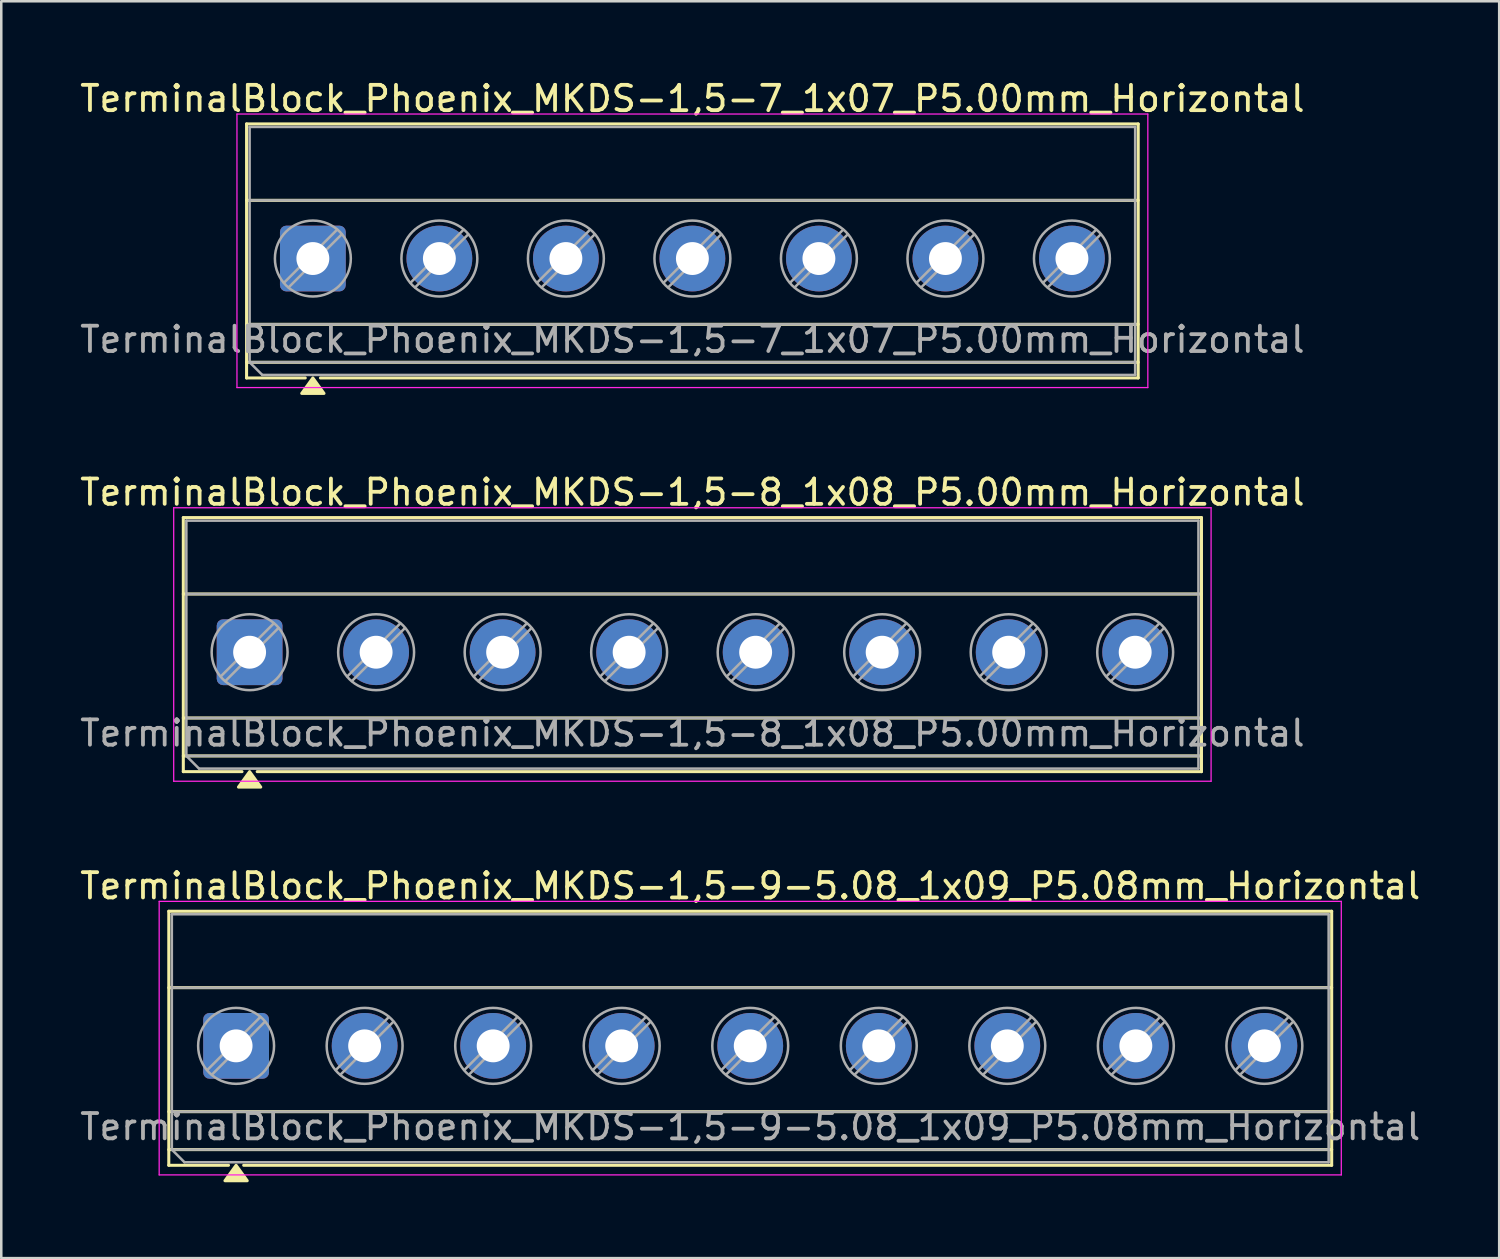
<source format=kicad_pcb>
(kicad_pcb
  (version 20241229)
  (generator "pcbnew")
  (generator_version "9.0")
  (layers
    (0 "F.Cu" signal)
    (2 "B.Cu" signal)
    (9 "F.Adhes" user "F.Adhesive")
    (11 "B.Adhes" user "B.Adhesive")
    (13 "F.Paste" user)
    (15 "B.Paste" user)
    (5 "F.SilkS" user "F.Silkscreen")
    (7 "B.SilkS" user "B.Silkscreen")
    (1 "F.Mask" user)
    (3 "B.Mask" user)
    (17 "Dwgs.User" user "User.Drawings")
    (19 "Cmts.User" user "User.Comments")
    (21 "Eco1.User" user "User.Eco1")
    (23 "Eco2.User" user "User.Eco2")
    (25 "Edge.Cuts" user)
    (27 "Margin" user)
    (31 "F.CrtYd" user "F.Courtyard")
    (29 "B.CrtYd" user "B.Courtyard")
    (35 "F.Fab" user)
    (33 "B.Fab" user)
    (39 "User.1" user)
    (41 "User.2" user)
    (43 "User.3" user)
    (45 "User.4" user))
  (footprint "TerminalBlock_Phoenix_MKDS-1,5-7_1x07_P5.00mm_Horizontal"
    (layer "F.Cu")
    (at 9.315 7.168)
    (property "Reference" "TerminalBlock_Phoenix_MKDS-1,5-7_1x07_P5.00mm_Horizontal" (at 15 -6.32 0) (layer "F.SilkS") (effects (font (size 1 1) (thickness 0.15))))
    (attr through_hole)
    (fp_line (start -2.62 -5.32) (end -2.62 4.72) (stroke (width 0.12) (type solid)) (layer "F.SilkS"))
    (fp_line (start -2.62 -5.32) (end 32.62 -5.32) (stroke (width 0.12) (type solid)) (layer "F.SilkS"))
    (fp_line (start -2.62 -2.3) (end 32.62 -2.3) (stroke (width 0.12) (type solid)) (layer "F.SilkS"))
    (fp_line (start -2.62 2.6) (end 32.62 2.6) (stroke (width 0.12) (type solid)) (layer "F.SilkS"))
    (fp_line (start -2.62 4.1) (end 32.62 4.1) (stroke (width 0.12) (type solid)) (layer "F.SilkS"))
    (fp_line (start -2.62 4.72) (end -0.3 4.72) (stroke (width 0.12) (type solid)) (layer "F.SilkS"))
    (fp_line (start 0.3 4.72) (end 32.62 4.72) (stroke (width 0.12) (type solid)) (layer "F.SilkS"))
    (fp_line (start 32.62 -5.32) (end 32.62 4.72) (stroke (width 0.12) (type solid)) (layer "F.SilkS"))
    (fp_poly (pts (xy 0 4.72) (xy 0.44 5.33) (xy -0.44 5.33)) (stroke (width 0.12) (type solid)) (fill yes) (layer "F.SilkS"))
    (fp_line (start -3 -5.71) (end -3 5.1) (stroke (width 0.05) (type solid)) (layer "F.CrtYd"))
    (fp_line (start -3 5.1) (end 33 5.1) (stroke (width 0.05) (type solid)) (layer "F.CrtYd"))
    (fp_line (start 33 -5.71) (end -3 -5.71) (stroke (width 0.05) (type solid)) (layer "F.CrtYd"))
    (fp_line (start 33 5.1) (end 33 -5.71) (stroke (width 0.05) (type solid)) (layer "F.CrtYd"))
    (fp_line (start -2.5 -5.2) (end 32.5 -5.2) (stroke (width 0.1) (type solid)) (layer "F.Fab"))
    (fp_line (start -2.5 -2.3) (end 32.5 -2.3) (stroke (width 0.1) (type solid)) (layer "F.Fab"))
    (fp_line (start -2.5 2.6) (end 32.5 2.6) (stroke (width 0.1) (type solid)) (layer "F.Fab"))
    (fp_line (start -2.5 4.1) (end -2.5 -5.2) (stroke (width 0.1) (type solid)) (layer "F.Fab"))
    (fp_line (start -2.5 4.1) (end 32.5 4.1) (stroke (width 0.1) (type solid)) (layer "F.Fab"))
    (fp_line (start -2 4.6) (end -2.5 4.1) (stroke (width 0.1) (type solid)) (layer "F.Fab"))
    (fp_line (start 0.955 -1.138) (end -1.138 0.954) (stroke (width 0.1) (type solid)) (layer "F.Fab"))
    (fp_line (start 1.138 -0.954) (end -0.955 1.137) (stroke (width 0.1) (type solid)) (layer "F.Fab"))
    (fp_line (start 5.955 -1.138) (end 3.862 0.954) (stroke (width 0.1) (type solid)) (layer "F.Fab"))
    (fp_line (start 6.138 -0.954) (end 4.045 1.137) (stroke (width 0.1) (type solid)) (layer "F.Fab"))
    (fp_line (start 10.955 -1.138) (end 8.862 0.954) (stroke (width 0.1) (type solid)) (layer "F.Fab"))
    (fp_line (start 11.138 -0.954) (end 9.045 1.137) (stroke (width 0.1) (type solid)) (layer "F.Fab"))
    (fp_line (start 15.955 -1.138) (end 13.862 0.954) (stroke (width 0.1) (type solid)) (layer "F.Fab"))
    (fp_line (start 16.138 -0.954) (end 14.045 1.137) (stroke (width 0.1) (type solid)) (layer "F.Fab"))
    (fp_line (start 20.955 -1.138) (end 18.862 0.954) (stroke (width 0.1) (type solid)) (layer "F.Fab"))
    (fp_line (start 21.138 -0.954) (end 19.045 1.137) (stroke (width 0.1) (type solid)) (layer "F.Fab"))
    (fp_line (start 25.955 -1.138) (end 23.862 0.954) (stroke (width 0.1) (type solid)) (layer "F.Fab"))
    (fp_line (start 26.138 -0.954) (end 24.045 1.137) (stroke (width 0.1) (type solid)) (layer "F.Fab"))
    (fp_line (start 30.955 -1.138) (end 28.862 0.954) (stroke (width 0.1) (type solid)) (layer "F.Fab"))
    (fp_line (start 31.138 -0.954) (end 29.045 1.137) (stroke (width 0.1) (type solid)) (layer "F.Fab"))
    (fp_line (start 32.5 -5.2) (end 32.5 4.6) (stroke (width 0.1) (type solid)) (layer "F.Fab"))
    (fp_line (start 32.5 4.6) (end -2 4.6) (stroke (width 0.1) (type solid)) (layer "F.Fab"))
    (fp_circle (center 0 0) (end 1.5 0) (stroke (width 0.1) (type solid)) (fill no) (layer "F.Fab"))
    (fp_circle (center 5 0) (end 6.5 0) (stroke (width 0.1) (type solid)) (fill no) (layer "F.Fab"))
    (fp_circle (center 10 0) (end 11.5 0) (stroke (width 0.1) (type solid)) (fill no) (layer "F.Fab"))
    (fp_circle (center 15 0) (end 16.5 0) (stroke (width 0.1) (type solid)) (fill no) (layer "F.Fab"))
    (fp_circle (center 20 0) (end 21.5 0) (stroke (width 0.1) (type solid)) (fill no) (layer "F.Fab"))
    (fp_circle (center 25 0) (end 26.5 0) (stroke (width 0.1) (type solid)) (fill no) (layer "F.Fab"))
    (fp_circle (center 30 0) (end 31.5 0) (stroke (width 0.1) (type solid)) (fill no) (layer "F.Fab"))
    (fp_text user "${REFERENCE}" (at 15 3.2 0) (layer "F.Fab") (effects (font (size 1 1) (thickness 0.15))))
    (pad "1" thru_hole roundrect (at 0 0) (size 2.6 2.6) (drill 1.3) (layers "*.Cu" "*.Mask") (roundrect_rratio 0.096))
    (pad "2" thru_hole circle (at 5 0) (size 2.6 2.6) (drill 1.3) (layers "*.Cu" "*.Mask"))
    (pad "3" thru_hole circle (at 10 0) (size 2.6 2.6) (drill 1.3) (layers "*.Cu" "*.Mask"))
    (pad "4" thru_hole circle (at 15 0) (size 2.6 2.6) (drill 1.3) (layers "*.Cu" "*.Mask"))
    (pad "5" thru_hole circle (at 20 0) (size 2.6 2.6) (drill 1.3) (layers "*.Cu" "*.Mask"))
    (pad "6" thru_hole circle (at 25 0) (size 2.6 2.6) (drill 1.3) (layers "*.Cu" "*.Mask"))
    (pad "7" thru_hole circle (at 30 0) (size 2.6 2.6) (drill 1.3) (layers "*.Cu" "*.Mask")))
  (footprint "TerminalBlock_Phoenix_MKDS-1,5-9-5.08_1x09_P5.08mm_Horizontal"
    (layer "F.Cu")
    (at 6.281 38.285)
    (property "Reference" "TerminalBlock_Phoenix_MKDS-1,5-9-5.08_1x09_P5.08mm_Horizontal" (at 20.32 -6.32 0) (layer "F.SilkS") (effects (font (size 1 1) (thickness 0.15))))
    (attr through_hole)
    (fp_line (start -2.66 -5.32) (end -2.66 4.72) (stroke (width 0.12) (type solid)) (layer "F.SilkS"))
    (fp_line (start -2.66 -5.32) (end 43.3 -5.32) (stroke (width 0.12) (type solid)) (layer "F.SilkS"))
    (fp_line (start -2.66 -2.3) (end 43.3 -2.3) (stroke (width 0.12) (type solid)) (layer "F.SilkS"))
    (fp_line (start -2.66 2.6) (end 43.3 2.6) (stroke (width 0.12) (type solid)) (layer "F.SilkS"))
    (fp_line (start -2.66 4.1) (end 43.3 4.1) (stroke (width 0.12) (type solid)) (layer "F.SilkS"))
    (fp_line (start -2.66 4.72) (end -0.3 4.72) (stroke (width 0.12) (type solid)) (layer "F.SilkS"))
    (fp_line (start 0.3 4.72) (end 43.3 4.72) (stroke (width 0.12) (type solid)) (layer "F.SilkS"))
    (fp_line (start 43.3 -5.32) (end 43.3 4.72) (stroke (width 0.12) (type solid)) (layer "F.SilkS"))
    (fp_poly (pts (xy 0 4.72) (xy 0.44 5.33) (xy -0.44 5.33)) (stroke (width 0.12) (type solid)) (fill yes) (layer "F.SilkS"))
    (fp_line (start -3.04 -5.71) (end -3.04 5.1) (stroke (width 0.05) (type solid)) (layer "F.CrtYd"))
    (fp_line (start -3.04 5.1) (end 43.68 5.1) (stroke (width 0.05) (type solid)) (layer "F.CrtYd"))
    (fp_line (start 43.68 -5.71) (end -3.04 -5.71) (stroke (width 0.05) (type solid)) (layer "F.CrtYd"))
    (fp_line (start 43.68 5.1) (end 43.68 -5.71) (stroke (width 0.05) (type solid)) (layer "F.CrtYd"))
    (fp_line (start -2.54 -5.2) (end 43.18 -5.2) (stroke (width 0.1) (type solid)) (layer "F.Fab"))
    (fp_line (start -2.54 -2.3) (end 43.18 -2.3) (stroke (width 0.1) (type solid)) (layer "F.Fab"))
    (fp_line (start -2.54 2.6) (end 43.18 2.6) (stroke (width 0.1) (type solid)) (layer "F.Fab"))
    (fp_line (start -2.54 4.1) (end -2.54 -5.2) (stroke (width 0.1) (type solid)) (layer "F.Fab"))
    (fp_line (start -2.54 4.1) (end 43.18 4.1) (stroke (width 0.1) (type solid)) (layer "F.Fab"))
    (fp_line (start -2.04 4.6) (end -2.54 4.1) (stroke (width 0.1) (type solid)) (layer "F.Fab"))
    (fp_line (start 0.955 -1.138) (end -1.138 0.954) (stroke (width 0.1) (type solid)) (layer "F.Fab"))
    (fp_line (start 1.138 -0.954) (end -0.955 1.137) (stroke (width 0.1) (type solid)) (layer "F.Fab"))
    (fp_line (start 6.035 -1.138) (end 3.942 0.954) (stroke (width 0.1) (type solid)) (layer "F.Fab"))
    (fp_line (start 6.218 -0.954) (end 4.125 1.137) (stroke (width 0.1) (type solid)) (layer "F.Fab"))
    (fp_line (start 11.115 -1.138) (end 9.022 0.954) (stroke (width 0.1) (type solid)) (layer "F.Fab"))
    (fp_line (start 11.298 -0.954) (end 9.205 1.137) (stroke (width 0.1) (type solid)) (layer "F.Fab"))
    (fp_line (start 16.195 -1.138) (end 14.102 0.954) (stroke (width 0.1) (type solid)) (layer "F.Fab"))
    (fp_line (start 16.378 -0.954) (end 14.285 1.137) (stroke (width 0.1) (type solid)) (layer "F.Fab"))
    (fp_line (start 21.275 -1.138) (end 19.182 0.954) (stroke (width 0.1) (type solid)) (layer "F.Fab"))
    (fp_line (start 21.458 -0.954) (end 19.365 1.137) (stroke (width 0.1) (type solid)) (layer "F.Fab"))
    (fp_line (start 26.355 -1.138) (end 24.262 0.954) (stroke (width 0.1) (type solid)) (layer "F.Fab"))
    (fp_line (start 26.538 -0.954) (end 24.445 1.137) (stroke (width 0.1) (type solid)) (layer "F.Fab"))
    (fp_line (start 31.435 -1.138) (end 29.342 0.954) (stroke (width 0.1) (type solid)) (layer "F.Fab"))
    (fp_line (start 31.618 -0.954) (end 29.525 1.137) (stroke (width 0.1) (type solid)) (layer "F.Fab"))
    (fp_line (start 36.515 -1.138) (end 34.422 0.954) (stroke (width 0.1) (type solid)) (layer "F.Fab"))
    (fp_line (start 36.698 -0.954) (end 34.605 1.137) (stroke (width 0.1) (type solid)) (layer "F.Fab"))
    (fp_line (start 41.595 -1.138) (end 39.502 0.954) (stroke (width 0.1) (type solid)) (layer "F.Fab"))
    (fp_line (start 41.778 -0.954) (end 39.685 1.137) (stroke (width 0.1) (type solid)) (layer "F.Fab"))
    (fp_line (start 43.18 -5.2) (end 43.18 4.6) (stroke (width 0.1) (type solid)) (layer "F.Fab"))
    (fp_line (start 43.18 4.6) (end -2.04 4.6) (stroke (width 0.1) (type solid)) (layer "F.Fab"))
    (fp_circle (center 0 0) (end 1.5 0) (stroke (width 0.1) (type solid)) (fill no) (layer "F.Fab"))
    (fp_circle (center 5.08 0) (end 6.58 0) (stroke (width 0.1) (type solid)) (fill no) (layer "F.Fab"))
    (fp_circle (center 10.16 0) (end 11.66 0) (stroke (width 0.1) (type solid)) (fill no) (layer "F.Fab"))
    (fp_circle (center 15.24 0) (end 16.74 0) (stroke (width 0.1) (type solid)) (fill no) (layer "F.Fab"))
    (fp_circle (center 20.32 0) (end 21.82 0) (stroke (width 0.1) (type solid)) (fill no) (layer "F.Fab"))
    (fp_circle (center 25.4 0) (end 26.9 0) (stroke (width 0.1) (type solid)) (fill no) (layer "F.Fab"))
    (fp_circle (center 30.48 0) (end 31.98 0) (stroke (width 0.1) (type solid)) (fill no) (layer "F.Fab"))
    (fp_circle (center 35.56 0) (end 37.06 0) (stroke (width 0.1) (type solid)) (fill no) (layer "F.Fab"))
    (fp_circle (center 40.64 0) (end 42.14 0) (stroke (width 0.1) (type solid)) (fill no) (layer "F.Fab"))
    (fp_text user "${REFERENCE}" (at 20.32 3.2 0) (layer "F.Fab") (effects (font (size 1 1) (thickness 0.15))))
    (pad "1" thru_hole roundrect (at 0 0) (size 2.6 2.6) (drill 1.3) (layers "*.Cu" "*.Mask") (roundrect_rratio 0.096))
    (pad "2" thru_hole circle (at 5.08 0) (size 2.6 2.6) (drill 1.3) (layers "*.Cu" "*.Mask"))
    (pad "3" thru_hole circle (at 10.16 0) (size 2.6 2.6) (drill 1.3) (layers "*.Cu" "*.Mask"))
    (pad "4" thru_hole circle (at 15.24 0) (size 2.6 2.6) (drill 1.3) (layers "*.Cu" "*.Mask"))
    (pad "5" thru_hole circle (at 20.32 0) (size 2.6 2.6) (drill 1.3) (layers "*.Cu" "*.Mask"))
    (pad "6" thru_hole circle (at 25.4 0) (size 2.6 2.6) (drill 1.3) (layers "*.Cu" "*.Mask"))
    (pad "7" thru_hole circle (at 30.48 0) (size 2.6 2.6) (drill 1.3) (layers "*.Cu" "*.Mask"))
    (pad "8" thru_hole circle (at 35.56 0) (size 2.6 2.6) (drill 1.3) (layers "*.Cu" "*.Mask"))
    (pad "9" thru_hole circle (at 40.64 0) (size 2.6 2.6) (drill 1.3) (layers "*.Cu" "*.Mask")))
  (footprint "TerminalBlock_Phoenix_MKDS-1,5-8_1x08_P5.00mm_Horizontal"
    (layer "F.Cu")
    (at 6.815 22.727)
    (property "Reference" "TerminalBlock_Phoenix_MKDS-1,5-8_1x08_P5.00mm_Horizontal" (at 17.5 -6.32 0) (layer "F.SilkS") (effects (font (size 1 1) (thickness 0.15))))
    (attr through_hole)
    (fp_line (start -2.62 -5.32) (end -2.62 4.72) (stroke (width 0.12) (type solid)) (layer "F.SilkS"))
    (fp_line (start -2.62 -5.32) (end 37.62 -5.32) (stroke (width 0.12) (type solid)) (layer "F.SilkS"))
    (fp_line (start -2.62 -2.3) (end 37.62 -2.3) (stroke (width 0.12) (type solid)) (layer "F.SilkS"))
    (fp_line (start -2.62 2.6) (end 37.62 2.6) (stroke (width 0.12) (type solid)) (layer "F.SilkS"))
    (fp_line (start -2.62 4.1) (end 37.62 4.1) (stroke (width 0.12) (type solid)) (layer "F.SilkS"))
    (fp_line (start -2.62 4.72) (end -0.3 4.72) (stroke (width 0.12) (type solid)) (layer "F.SilkS"))
    (fp_line (start 0.3 4.72) (end 37.62 4.72) (stroke (width 0.12) (type solid)) (layer "F.SilkS"))
    (fp_line (start 37.62 -5.32) (end 37.62 4.72) (stroke (width 0.12) (type solid)) (layer "F.SilkS"))
    (fp_poly (pts (xy 0 4.72) (xy 0.44 5.33) (xy -0.44 5.33)) (stroke (width 0.12) (type solid)) (fill yes) (layer "F.SilkS"))
    (fp_line (start -3 -5.71) (end -3 5.1) (stroke (width 0.05) (type solid)) (layer "F.CrtYd"))
    (fp_line (start -3 5.1) (end 38 5.1) (stroke (width 0.05) (type solid)) (layer "F.CrtYd"))
    (fp_line (start 38 -5.71) (end -3 -5.71) (stroke (width 0.05) (type solid)) (layer "F.CrtYd"))
    (fp_line (start 38 5.1) (end 38 -5.71) (stroke (width 0.05) (type solid)) (layer "F.CrtYd"))
    (fp_line (start -2.5 -5.2) (end 37.5 -5.2) (stroke (width 0.1) (type solid)) (layer "F.Fab"))
    (fp_line (start -2.5 -2.3) (end 37.5 -2.3) (stroke (width 0.1) (type solid)) (layer "F.Fab"))
    (fp_line (start -2.5 2.6) (end 37.5 2.6) (stroke (width 0.1) (type solid)) (layer "F.Fab"))
    (fp_line (start -2.5 4.1) (end -2.5 -5.2) (stroke (width 0.1) (type solid)) (layer "F.Fab"))
    (fp_line (start -2.5 4.1) (end 37.5 4.1) (stroke (width 0.1) (type solid)) (layer "F.Fab"))
    (fp_line (start -2 4.6) (end -2.5 4.1) (stroke (width 0.1) (type solid)) (layer "F.Fab"))
    (fp_line (start 0.955 -1.138) (end -1.138 0.954) (stroke (width 0.1) (type solid)) (layer "F.Fab"))
    (fp_line (start 1.138 -0.954) (end -0.955 1.137) (stroke (width 0.1) (type solid)) (layer "F.Fab"))
    (fp_line (start 5.955 -1.138) (end 3.862 0.954) (stroke (width 0.1) (type solid)) (layer "F.Fab"))
    (fp_line (start 6.138 -0.954) (end 4.045 1.137) (stroke (width 0.1) (type solid)) (layer "F.Fab"))
    (fp_line (start 10.955 -1.138) (end 8.862 0.954) (stroke (width 0.1) (type solid)) (layer "F.Fab"))
    (fp_line (start 11.138 -0.954) (end 9.045 1.137) (stroke (width 0.1) (type solid)) (layer "F.Fab"))
    (fp_line (start 15.955 -1.138) (end 13.862 0.954) (stroke (width 0.1) (type solid)) (layer "F.Fab"))
    (fp_line (start 16.138 -0.954) (end 14.045 1.137) (stroke (width 0.1) (type solid)) (layer "F.Fab"))
    (fp_line (start 20.955 -1.138) (end 18.862 0.954) (stroke (width 0.1) (type solid)) (layer "F.Fab"))
    (fp_line (start 21.138 -0.954) (end 19.045 1.137) (stroke (width 0.1) (type solid)) (layer "F.Fab"))
    (fp_line (start 25.955 -1.138) (end 23.862 0.954) (stroke (width 0.1) (type solid)) (layer "F.Fab"))
    (fp_line (start 26.138 -0.954) (end 24.045 1.137) (stroke (width 0.1) (type solid)) (layer "F.Fab"))
    (fp_line (start 30.955 -1.138) (end 28.862 0.954) (stroke (width 0.1) (type solid)) (layer "F.Fab"))
    (fp_line (start 31.138 -0.954) (end 29.045 1.137) (stroke (width 0.1) (type solid)) (layer "F.Fab"))
    (fp_line (start 35.955 -1.138) (end 33.862 0.954) (stroke (width 0.1) (type solid)) (layer "F.Fab"))
    (fp_line (start 36.138 -0.954) (end 34.045 1.137) (stroke (width 0.1) (type solid)) (layer "F.Fab"))
    (fp_line (start 37.5 -5.2) (end 37.5 4.6) (stroke (width 0.1) (type solid)) (layer "F.Fab"))
    (fp_line (start 37.5 4.6) (end -2 4.6) (stroke (width 0.1) (type solid)) (layer "F.Fab"))
    (fp_circle (center 0 0) (end 1.5 0) (stroke (width 0.1) (type solid)) (fill no) (layer "F.Fab"))
    (fp_circle (center 5 0) (end 6.5 0) (stroke (width 0.1) (type solid)) (fill no) (layer "F.Fab"))
    (fp_circle (center 10 0) (end 11.5 0) (stroke (width 0.1) (type solid)) (fill no) (layer "F.Fab"))
    (fp_circle (center 15 0) (end 16.5 0) (stroke (width 0.1) (type solid)) (fill no) (layer "F.Fab"))
    (fp_circle (center 20 0) (end 21.5 0) (stroke (width 0.1) (type solid)) (fill no) (layer "F.Fab"))
    (fp_circle (center 25 0) (end 26.5 0) (stroke (width 0.1) (type solid)) (fill no) (layer "F.Fab"))
    (fp_circle (center 30 0) (end 31.5 0) (stroke (width 0.1) (type solid)) (fill no) (layer "F.Fab"))
    (fp_circle (center 35 0) (end 36.5 0) (stroke (width 0.1) (type solid)) (fill no) (layer "F.Fab"))
    (fp_text user "${REFERENCE}" (at 17.5 3.2 0) (layer "F.Fab") (effects (font (size 1 1) (thickness 0.15))))
    (pad "1" thru_hole roundrect (at 0 0) (size 2.6 2.6) (drill 1.3) (layers "*.Cu" "*.Mask") (roundrect_rratio 0.096))
    (pad "2" thru_hole circle (at 5 0) (size 2.6 2.6) (drill 1.3) (layers "*.Cu" "*.Mask"))
    (pad "3" thru_hole circle (at 10 0) (size 2.6 2.6) (drill 1.3) (layers "*.Cu" "*.Mask"))
    (pad "4" thru_hole circle (at 15 0) (size 2.6 2.6) (drill 1.3) (layers "*.Cu" "*.Mask"))
    (pad "5" thru_hole circle (at 20 0) (size 2.6 2.6) (drill 1.3) (layers "*.Cu" "*.Mask"))
    (pad "6" thru_hole circle (at 25 0) (size 2.6 2.6) (drill 1.3) (layers "*.Cu" "*.Mask"))
    (pad "7" thru_hole circle (at 30 0) (size 2.6 2.6) (drill 1.3) (layers "*.Cu" "*.Mask"))
    (pad "8" thru_hole circle (at 35 0) (size 2.6 2.6) (drill 1.3) (layers "*.Cu" "*.Mask")))
  (gr_rect
    (start -3 -3)
    (end 56.202 46.675)
    (stroke (width 0.1) (type default))
    (fill no)
    (layer "Edge.Cuts")))
</source>
